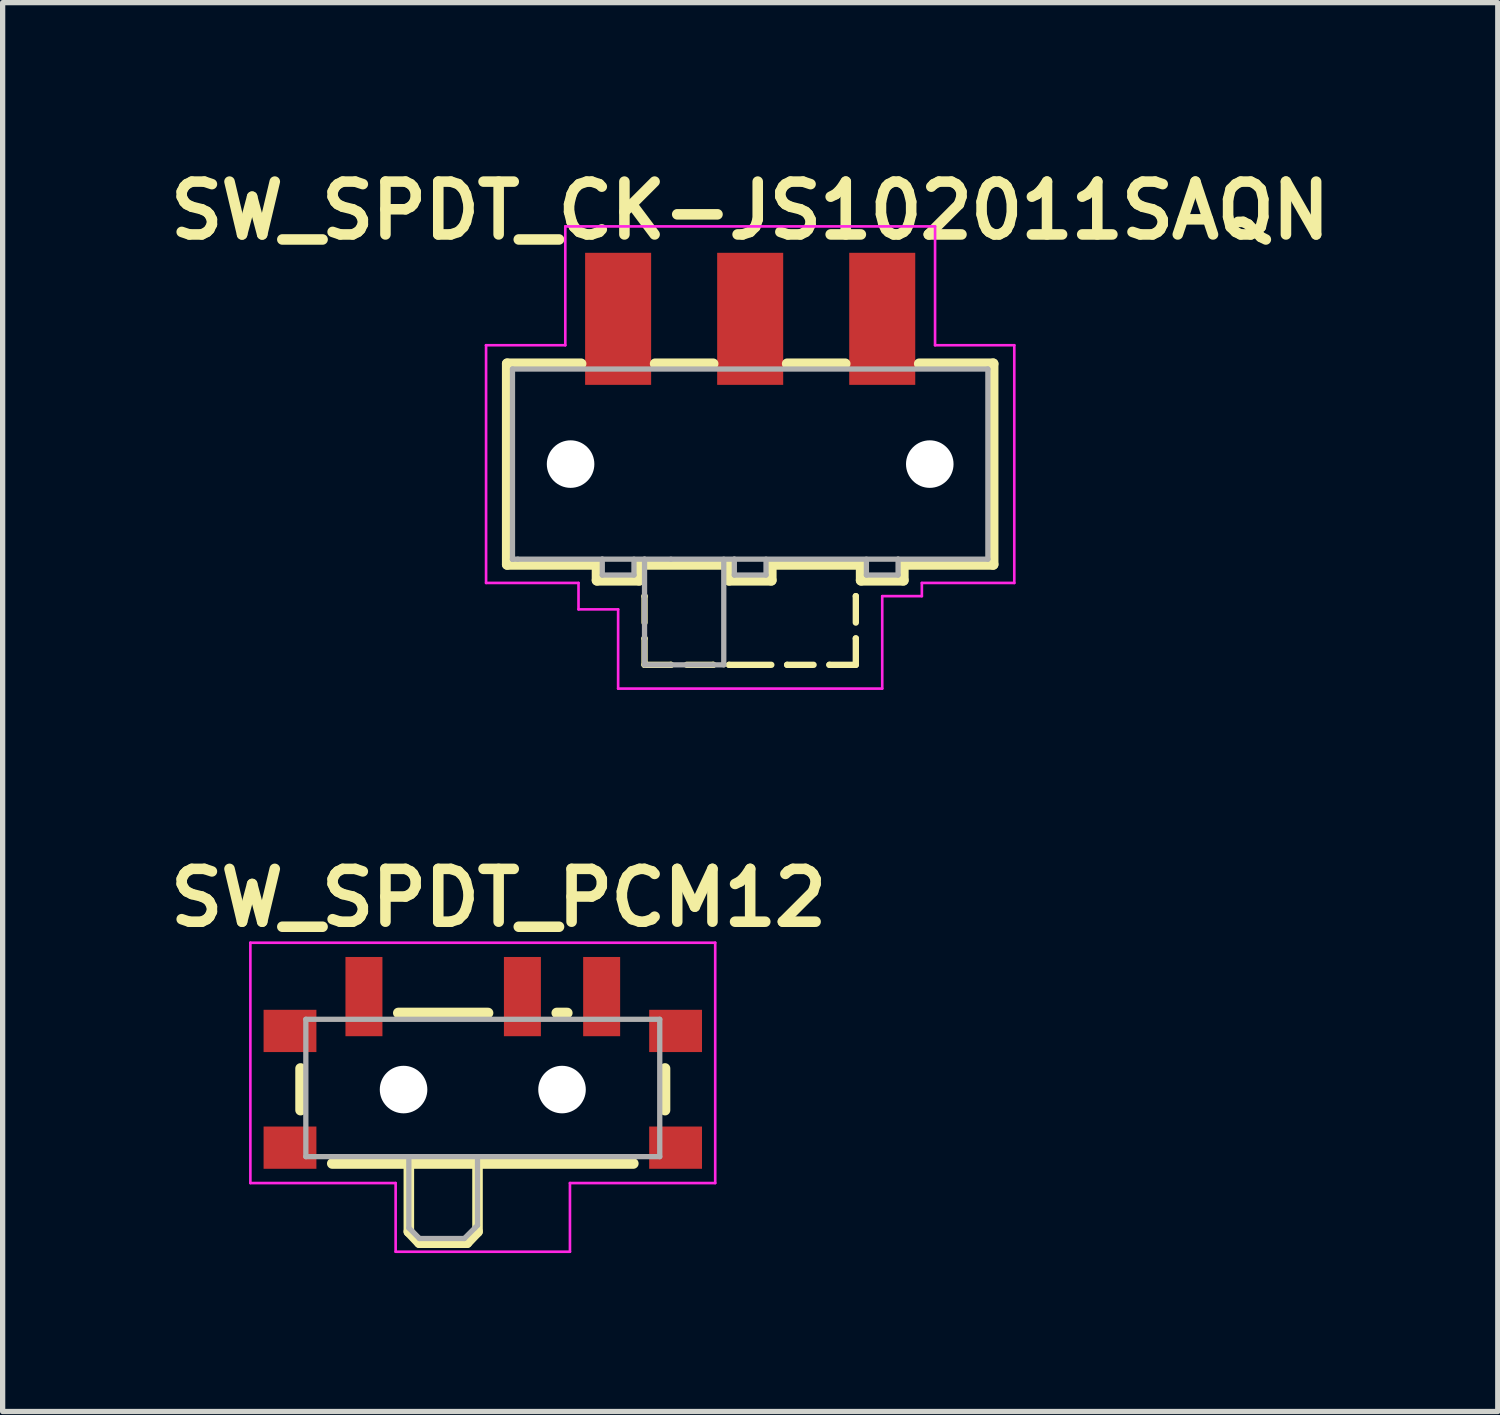
<source format=kicad_pcb>
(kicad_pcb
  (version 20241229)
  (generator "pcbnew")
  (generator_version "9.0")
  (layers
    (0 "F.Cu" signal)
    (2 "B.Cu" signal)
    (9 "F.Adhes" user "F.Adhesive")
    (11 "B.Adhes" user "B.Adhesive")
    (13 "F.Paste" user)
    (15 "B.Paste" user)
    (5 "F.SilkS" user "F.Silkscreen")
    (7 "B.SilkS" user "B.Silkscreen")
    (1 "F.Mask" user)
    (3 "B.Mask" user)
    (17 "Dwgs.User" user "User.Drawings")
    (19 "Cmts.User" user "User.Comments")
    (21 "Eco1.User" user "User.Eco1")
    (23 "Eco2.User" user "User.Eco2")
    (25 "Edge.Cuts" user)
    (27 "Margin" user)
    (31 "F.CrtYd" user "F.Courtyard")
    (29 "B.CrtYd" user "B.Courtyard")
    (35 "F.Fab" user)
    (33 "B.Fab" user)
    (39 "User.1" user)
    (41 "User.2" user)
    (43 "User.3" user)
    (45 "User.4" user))
  (footprint "SW_SPDT_CK-JS102011SAQN"
    (layer "F.Cu")
    (at 11.152 5.736)
    (property "Reference" "SW_SPDT_CK-JS102011SAQN" (at 0 -4.8 0) (layer "F.SilkS") (effects (font (size 1 1) (thickness 0.2))))
    (attr smd)
    (fp_line (start -4.6 -1.9) (end -3.2 -1.9) (stroke (width 0.2) (type solid)) (layer "F.SilkS"))
    (fp_line (start -4.6 1.9) (end -4.6 -1.9) (stroke (width 0.2) (type solid)) (layer "F.SilkS"))
    (fp_line (start -4.6 1.9) (end -4.6 1.9) (stroke (width 0.12) (type solid)) (layer "F.SilkS"))
    (fp_line (start -2.9 1.9) (end -4.6 1.9) (stroke (width 0.2) (type solid)) (layer "F.SilkS"))
    (fp_line (start -2.9 2.2) (end -2.9 1.9) (stroke (width 0.2) (type solid)) (layer "F.SilkS"))
    (fp_line (start -2.1 1.9) (end -2.1 2.2) (stroke (width 0.2) (type solid)) (layer "F.SilkS"))
    (fp_line (start -2.1 2.2) (end -2.9 2.2) (stroke (width 0.2) (type solid)) (layer "F.SilkS"))
    (fp_line (start -2 2.5) (end -2 2.5) (stroke (width 0.12) (type solid)) (layer "F.SilkS"))
    (fp_line (start -2 3) (end -2 2.5) (stroke (width 0.12) (type solid)) (layer "F.SilkS"))
    (fp_line (start -2 3.3) (end -2 3.3) (stroke (width 0.12) (type solid)) (layer "F.SilkS"))
    (fp_line (start -2 3.8) (end -2 3.3) (stroke (width 0.12) (type solid)) (layer "F.SilkS"))
    (fp_line (start -2 3.8) (end -1.5 3.8) (stroke (width 0.12) (type solid)) (layer "F.SilkS"))
    (fp_line (start -1.8 -1.9) (end -1.8 -1.9) (stroke (width 0.12) (type solid)) (layer "F.SilkS"))
    (fp_line (start -1.5 3.8) (end -1.5 3.8) (stroke (width 0.12) (type solid)) (layer "F.SilkS"))
    (fp_line (start -1.2 3.8) (end -0.7 3.8) (stroke (width 0.12) (type solid)) (layer "F.SilkS"))
    (fp_line (start -0.7 -1.9) (end -1.8 -1.9) (stroke (width 0.2) (type solid)) (layer "F.SilkS"))
    (fp_line (start -0.7 3.8) (end -0.7 3.8) (stroke (width 0.12) (type solid)) (layer "F.SilkS"))
    (fp_line (start -0.4 1.9) (end -2.1 1.9) (stroke (width 0.2) (type solid)) (layer "F.SilkS"))
    (fp_line (start -0.4 2.2) (end -0.4 1.9) (stroke (width 0.2) (type solid)) (layer "F.SilkS"))
    (fp_line (start -0.4 3.8) (end -0.4 3.8) (stroke (width 0.12) (type solid)) (layer "F.SilkS"))
    (fp_line (start 0.4 1.9) (end 0.4 2.2) (stroke (width 0.2) (type solid)) (layer "F.SilkS"))
    (fp_line (start 0.4 2.2) (end -0.4 2.2) (stroke (width 0.2) (type solid)) (layer "F.SilkS"))
    (fp_line (start 0.4 3.8) (end -0.4 3.8) (stroke (width 0.12) (type solid)) (layer "F.SilkS"))
    (fp_line (start 0.7 -1.9) (end 0.7 -1.9) (stroke (width 0.12) (type solid)) (layer "F.SilkS"))
    (fp_line (start 0.7 3.8) (end 0.7 3.8) (stroke (width 0.12) (type solid)) (layer "F.SilkS"))
    (fp_line (start 1.2 3.8) (end 0.7 3.8) (stroke (width 0.12) (type solid)) (layer "F.SilkS"))
    (fp_line (start 1.5 3.8) (end 1.5 3.8) (stroke (width 0.12) (type solid)) (layer "F.SilkS"))
    (fp_line (start 1.8 -1.9) (end 0.7 -1.9) (stroke (width 0.2) (type solid)) (layer "F.SilkS"))
    (fp_line (start 2 2.5) (end 2 2.5) (stroke (width 0.12) (type solid)) (layer "F.SilkS"))
    (fp_line (start 2 3) (end 2 2.5) (stroke (width 0.12) (type solid)) (layer "F.SilkS"))
    (fp_line (start 2 3.3) (end 2 3.3) (stroke (width 0.12) (type solid)) (layer "F.SilkS"))
    (fp_line (start 2 3.8) (end 1.5 3.8) (stroke (width 0.12) (type solid)) (layer "F.SilkS"))
    (fp_line (start 2 3.8) (end 2 3.3) (stroke (width 0.12) (type solid)) (layer "F.SilkS"))
    (fp_line (start 2.1 1.9) (end 0.4 1.9) (stroke (width 0.2) (type solid)) (layer "F.SilkS"))
    (fp_line (start 2.1 2.2) (end 2.1 1.9) (stroke (width 0.2) (type solid)) (layer "F.SilkS"))
    (fp_line (start 2.9 1.9) (end 2.9 2.2) (stroke (width 0.2) (type solid)) (layer "F.SilkS"))
    (fp_line (start 2.9 2.2) (end 2.1 2.2) (stroke (width 0.2) (type solid)) (layer "F.SilkS"))
    (fp_line (start 3.2 -1.9) (end 4.6 -1.9) (stroke (width 0.2) (type solid)) (layer "F.SilkS"))
    (fp_line (start 4.6 -1.9) (end 4.6 1.9) (stroke (width 0.2) (type solid)) (layer "F.SilkS"))
    (fp_line (start 4.6 1.9) (end 2.9 1.9) (stroke (width 0.2) (type solid)) (layer "F.SilkS"))
    (fp_line (start -5 -2.25) (end -5 -2.25) (stroke (width 0.05) (type solid)) (layer "F.CrtYd"))
    (fp_line (start -5 -2.25) (end -5 2.25) (stroke (width 0.05) (type solid)) (layer "F.CrtYd"))
    (fp_line (start -5 2.25) (end -3.25 2.25) (stroke (width 0.05) (type solid)) (layer "F.CrtYd"))
    (fp_line (start -3.5 -4.5) (end -3.5 -2.25) (stroke (width 0.05) (type solid)) (layer "F.CrtYd"))
    (fp_line (start -3.5 -2.25) (end -5 -2.25) (stroke (width 0.05) (type solid)) (layer "F.CrtYd"))
    (fp_line (start -3.25 2.25) (end -3.25 2.75) (stroke (width 0.05) (type solid)) (layer "F.CrtYd"))
    (fp_line (start -3.25 2.75) (end -2.5 2.75) (stroke (width 0.05) (type solid)) (layer "F.CrtYd"))
    (fp_line (start -2.5 2.75) (end -2.5 4.25) (stroke (width 0.05) (type solid)) (layer "F.CrtYd"))
    (fp_line (start -2.5 4.25) (end 2.5 4.25) (stroke (width 0.05) (type solid)) (layer "F.CrtYd"))
    (fp_line (start 2.5 2.5) (end 3.25 2.5) (stroke (width 0.05) (type solid)) (layer "F.CrtYd"))
    (fp_line (start 2.5 4.25) (end 2.5 2.5) (stroke (width 0.05) (type solid)) (layer "F.CrtYd"))
    (fp_line (start 3.25 2.25) (end 5 2.25) (stroke (width 0.05) (type solid)) (layer "F.CrtYd"))
    (fp_line (start 3.25 2.5) (end 3.25 2.25) (stroke (width 0.05) (type solid)) (layer "F.CrtYd"))
    (fp_line (start 3.5 -4.5) (end -3.5 -4.5) (stroke (width 0.05) (type solid)) (layer "F.CrtYd"))
    (fp_line (start 3.5 -2.25) (end 3.5 -4.5) (stroke (width 0.05) (type solid)) (layer "F.CrtYd"))
    (fp_line (start 5 -2.25) (end 3.5 -2.25) (stroke (width 0.05) (type solid)) (layer "F.CrtYd"))
    (fp_line (start 5 2.25) (end 5 -2.25) (stroke (width 0.05) (type solid)) (layer "F.CrtYd"))
    (fp_line (start -4.5 -1.8) (end -4.5 1.8) (stroke (width 0.1) (type solid)) (layer "F.Fab"))
    (fp_line (start -4.5 -1.8) (end 4.5 -1.8) (stroke (width 0.1) (type solid)) (layer "F.Fab"))
    (fp_line (start -4.5 1.8) (end -4.5 1.8) (stroke (width 0.1) (type solid)) (layer "F.Fab"))
    (fp_line (start -4.5 1.8) (end -4.5 1.8) (stroke (width 0.1) (type solid)) (layer "F.Fab"))
    (fp_line (start -4.4 1.8) (end -4.5 1.8) (stroke (width 0.1) (type solid)) (layer "F.Fab"))
    (fp_line (start -2.8 1.8) (end -2.8 1.8) (stroke (width 0.1) (type solid)) (layer "F.Fab"))
    (fp_line (start -2.8 2.1) (end -2.8 1.8) (stroke (width 0.1) (type solid)) (layer "F.Fab"))
    (fp_line (start -2.2 1.8) (end -2.2 2.1) (stroke (width 0.1) (type solid)) (layer "F.Fab"))
    (fp_line (start -2.2 2.1) (end -2.8 2.1) (stroke (width 0.1) (type solid)) (layer "F.Fab"))
    (fp_line (start -2 1.8) (end -2 1.8) (stroke (width 0.1) (type solid)) (layer "F.Fab"))
    (fp_line (start -2 3.8) (end -2 1.8) (stroke (width 0.1) (type solid)) (layer "F.Fab"))
    (fp_line (start -1.5 1.8) (end -1.5 1.8) (stroke (width 0.1) (type solid)) (layer "F.Fab"))
    (fp_line (start -0.5 1.8) (end -0.5 3.8) (stroke (width 0.1) (type solid)) (layer "F.Fab"))
    (fp_line (start -0.5 3.8) (end -2 3.8) (stroke (width 0.1) (type solid)) (layer "F.Fab"))
    (fp_line (start -0.3 1.8) (end -0.3 1.8) (stroke (width 0.1) (type solid)) (layer "F.Fab"))
    (fp_line (start -0.3 2.1) (end -0.3 1.8) (stroke (width 0.1) (type solid)) (layer "F.Fab"))
    (fp_line (start 0.3 1.8) (end 0.3 2.1) (stroke (width 0.1) (type solid)) (layer "F.Fab"))
    (fp_line (start 0.3 2.1) (end -0.3 2.1) (stroke (width 0.1) (type solid)) (layer "F.Fab"))
    (fp_line (start 2.2 1.8) (end 2.2 2.1) (stroke (width 0.1) (type solid)) (layer "F.Fab"))
    (fp_line (start 2.2 2.1) (end 2.8 2.1) (stroke (width 0.1) (type solid)) (layer "F.Fab"))
    (fp_line (start 2.8 1.8) (end 2.8 1.8) (stroke (width 0.1) (type solid)) (layer "F.Fab"))
    (fp_line (start 2.8 2.1) (end 2.8 1.8) (stroke (width 0.1) (type solid)) (layer "F.Fab"))
    (fp_line (start 4.5 -1.8) (end 4.5 1.8) (stroke (width 0.1) (type solid)) (layer "F.Fab"))
    (fp_line (start 4.5 1.8) (end -4.4 1.8) (stroke (width 0.1) (type solid)) (layer "F.Fab"))
    (pad "" np_thru_hole circle (at -3.4 0) (size 0.9 0.9) (drill 0.9) (layers "*.Cu" "*.Mask"))
    (pad "" np_thru_hole circle (at 3.4 0) (size 0.9 0.9) (drill 0.9) (layers "*.Cu" "*.Mask"))
    (pad "1" smd rect (at -2.5 -2.75) (size 1.25 2.5) (layers "F.Cu" "F.Mask" "F.Paste"))
    (pad "2" smd rect (at 0 -2.75) (size 1.25 2.5) (layers "F.Cu" "F.Mask" "F.Paste"))
    (pad "3" smd rect (at 2.5 -2.75) (size 1.25 2.5) (layers "F.Cu" "F.Mask" "F.Paste")))
  (footprint "SW_SPDT_PCM12"
    (layer "F.Cu")
    (at 6.09 17.247)
    (property "Reference" "SW_SPDT_PCM12" (at 0.3 -3.3 0) (layer "F.SilkS") (effects (font (size 1 1) (thickness 0.2))))
    (attr smd)
    (fp_line (start -3.45 -0.07) (end -3.45 0.72) (stroke (width 0.2) (type solid)) (layer "F.SilkS"))
    (fp_line (start -2.85 1.73) (end 2.85 1.73) (stroke (width 0.2) (type solid)) (layer "F.SilkS"))
    (fp_line (start -1.6 -1.12) (end 0.1 -1.12) (stroke (width 0.2) (type solid)) (layer "F.SilkS"))
    (fp_line (start -1.4 1.73) (end -1.4 3.02) (stroke (width 0.2) (type solid)) (layer "F.SilkS"))
    (fp_line (start -1.4 3.02) (end -1.2 3.23) (stroke (width 0.2) (type solid)) (layer "F.SilkS"))
    (fp_line (start -1.2 3.23) (end -0.3 3.23) (stroke (width 0.2) (type solid)) (layer "F.SilkS"))
    (fp_line (start -0.1 3.02) (end -0.3 3.23) (stroke (width 0.2) (type solid)) (layer "F.SilkS"))
    (fp_line (start -0.1 3.02) (end -0.1 1.73) (stroke (width 0.2) (type solid)) (layer "F.SilkS"))
    (fp_line (start 1.4 -1.12) (end 1.6 -1.12) (stroke (width 0.2) (type solid)) (layer "F.SilkS"))
    (fp_line (start 3.45 0.72) (end 3.45 -0.07) (stroke (width 0.2) (type solid)) (layer "F.SilkS"))
    (fp_line (start -4.4 -2.45) (end 4.4 -2.45) (stroke (width 0.05) (type solid)) (layer "F.CrtYd"))
    (fp_line (start -4.4 2.1) (end -4.4 -2.45) (stroke (width 0.05) (type solid)) (layer "F.CrtYd"))
    (fp_line (start -1.65 2.1) (end -4.4 2.1) (stroke (width 0.05) (type solid)) (layer "F.CrtYd"))
    (fp_line (start -1.65 3.4) (end -1.65 2.1) (stroke (width 0.05) (type solid)) (layer "F.CrtYd"))
    (fp_line (start 1.65 2.1) (end 1.65 3.4) (stroke (width 0.05) (type solid)) (layer "F.CrtYd"))
    (fp_line (start 1.65 3.4) (end -1.65 3.4) (stroke (width 0.05) (type solid)) (layer "F.CrtYd"))
    (fp_line (start 4.4 -2.45) (end 4.4 2.1) (stroke (width 0.05) (type solid)) (layer "F.CrtYd"))
    (fp_line (start 4.4 2.1) (end 1.65 2.1) (stroke (width 0.05) (type solid)) (layer "F.CrtYd"))
    (fp_line (start -3.35 -1) (end -3.35 1.6) (stroke (width 0.1) (type solid)) (layer "F.Fab"))
    (fp_line (start -3.35 1.6) (end 3.35 1.6) (stroke (width 0.1) (type solid)) (layer "F.Fab"))
    (fp_line (start -1.4 1.65) (end -1.4 2.95) (stroke (width 0.1) (type solid)) (layer "F.Fab"))
    (fp_line (start -1.4 2.95) (end -1.2 3.15) (stroke (width 0.1) (type solid)) (layer "F.Fab"))
    (fp_line (start -1.2 3.15) (end -0.35 3.15) (stroke (width 0.1) (type solid)) (layer "F.Fab"))
    (fp_line (start -0.35 3.15) (end -0.15 2.95) (stroke (width 0.1) (type solid)) (layer "F.Fab"))
    (fp_line (start -0.15 2.95) (end -0.1 2.9) (stroke (width 0.1) (type solid)) (layer "F.Fab"))
    (fp_line (start -0.1 2.9) (end -0.1 1.6) (stroke (width 0.1) (type solid)) (layer "F.Fab"))
    (fp_line (start 3.35 -1) (end -3.35 -1) (stroke (width 0.1) (type solid)) (layer "F.Fab"))
    (fp_line (start 3.35 1.6) (end 3.35 -1) (stroke (width 0.1) (type solid)) (layer "F.Fab"))
    (pad "" smd rect (at -3.65 -0.78) (size 1 0.8) (layers "F.Cu" "F.Mask" "F.Paste"))
    (pad "" smd rect (at -3.65 1.43) (size 1 0.8) (layers "F.Cu" "F.Mask" "F.Paste"))
    (pad "" np_thru_hole circle (at -1.5 0.33) (size 0.9 0.9) (drill 0.9) (layers "*.Cu" "*.Mask"))
    (pad "" np_thru_hole circle (at 1.5 0.33) (size 0.9 0.9) (drill 0.9) (layers "*.Cu" "*.Mask"))
    (pad "" smd rect (at 3.65 -0.78) (size 1 0.8) (layers "F.Cu" "F.Mask" "F.Paste"))
    (pad "" smd rect (at 3.65 1.43) (size 1 0.8) (layers "F.Cu" "F.Mask" "F.Paste"))
    (pad "1" smd rect (at 2.25 -1.43) (size 0.7 1.5) (layers "F.Cu" "F.Mask" "F.Paste"))
    (pad "2" smd rect (at 0.75 -1.43) (size 0.7 1.5) (layers "F.Cu" "F.Mask" "F.Paste"))
    (pad "3" smd rect (at -2.25 -1.43) (size 0.7 1.5) (layers "F.Cu" "F.Mask" "F.Paste")))
  (gr_rect
    (start -3 -3)
    (end 25.305 23.672)
    (stroke (width 0.1) (type default))
    (fill no)
    (layer "Edge.Cuts")))
</source>
